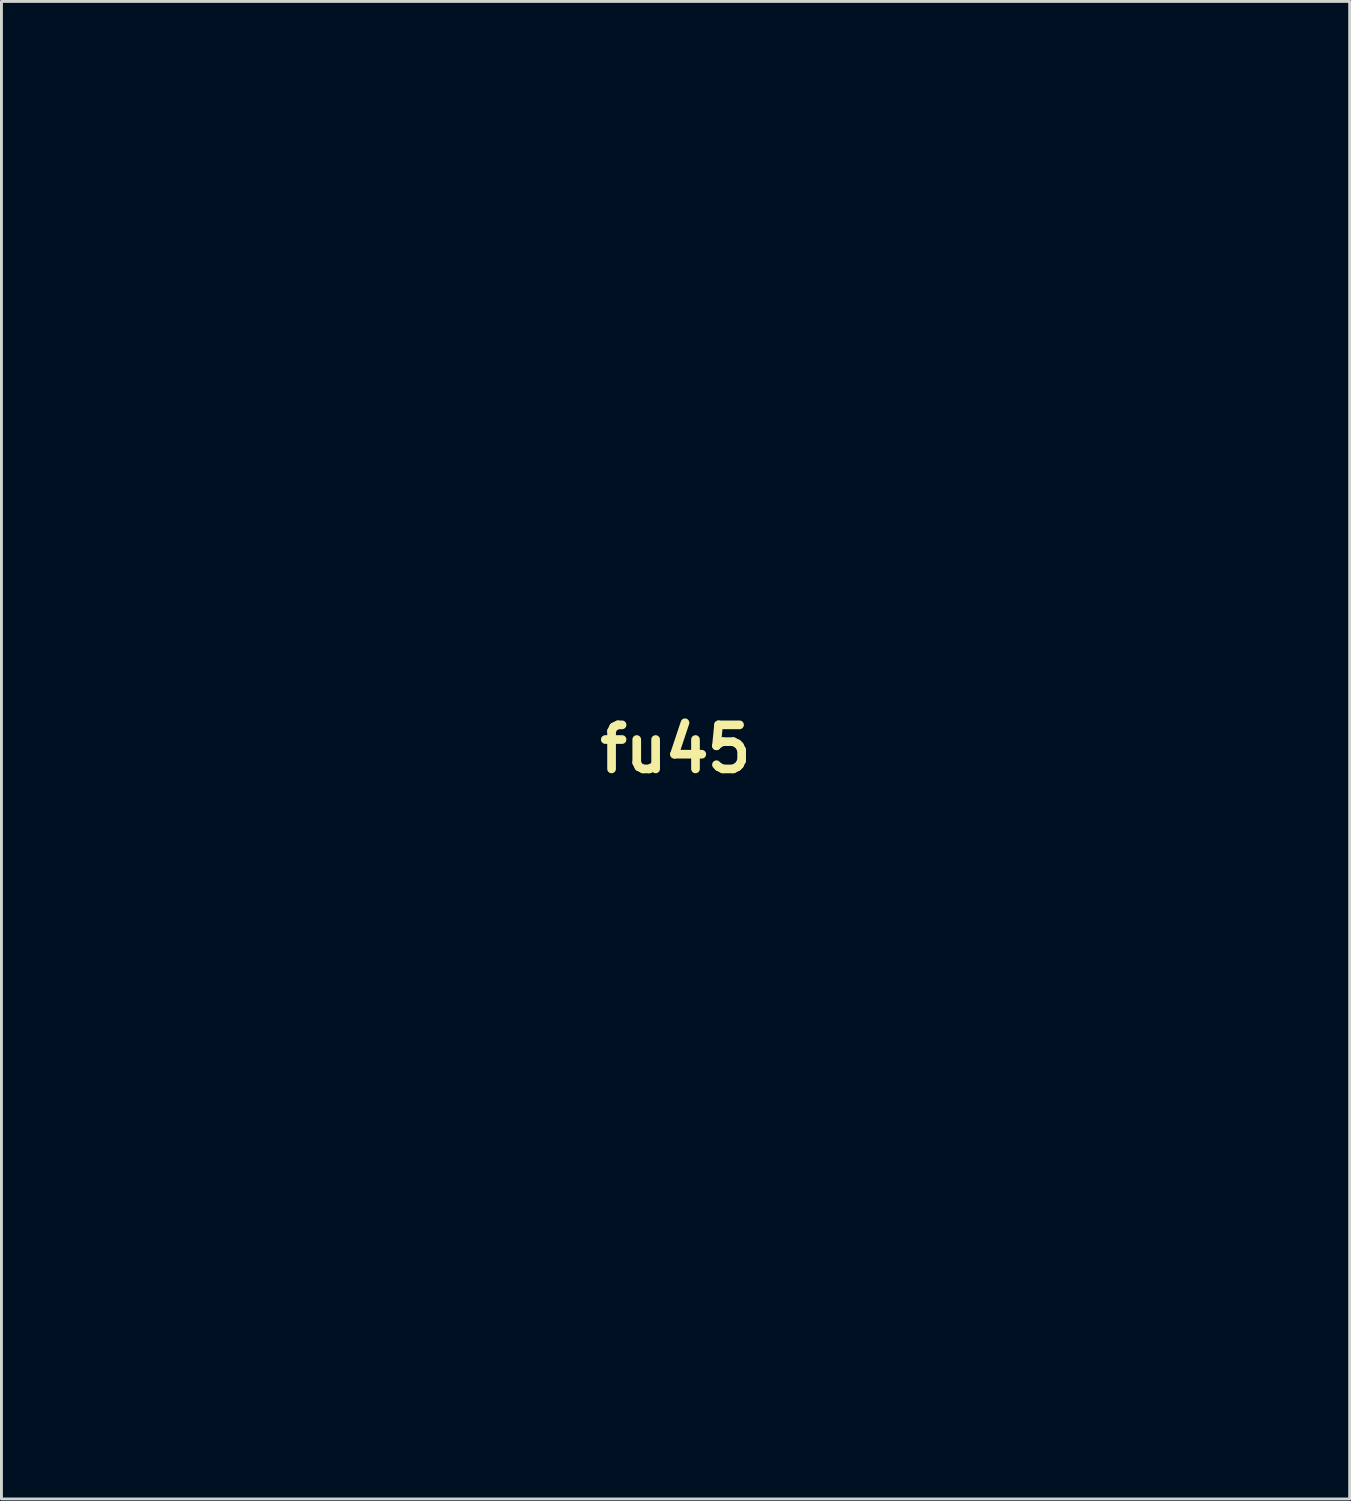
<source format=kicad_pcb>
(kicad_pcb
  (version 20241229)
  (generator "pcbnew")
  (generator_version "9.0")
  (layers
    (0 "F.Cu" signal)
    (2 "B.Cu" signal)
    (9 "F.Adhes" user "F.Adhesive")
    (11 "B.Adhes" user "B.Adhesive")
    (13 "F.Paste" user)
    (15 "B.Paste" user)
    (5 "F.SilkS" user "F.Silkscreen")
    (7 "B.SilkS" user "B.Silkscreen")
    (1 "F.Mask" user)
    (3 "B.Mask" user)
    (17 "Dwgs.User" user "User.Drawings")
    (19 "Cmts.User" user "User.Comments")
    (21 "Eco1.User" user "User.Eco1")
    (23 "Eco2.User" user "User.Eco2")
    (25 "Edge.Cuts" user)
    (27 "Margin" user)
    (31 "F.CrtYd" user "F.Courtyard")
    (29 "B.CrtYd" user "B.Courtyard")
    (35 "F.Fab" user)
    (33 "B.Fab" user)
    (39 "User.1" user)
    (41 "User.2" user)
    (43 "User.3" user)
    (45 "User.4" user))
  (footprint "fu45"
    (layer "F.Cu")
    (at 20.32 22.86)
    (property "Reference" "fu45" (at 0 0 0) (layer "F.SilkS") (effects (font (size 1.524 1.524) (thickness 0.3))))
    (attr through_hole)
    (fp_poly (pts (xy -10.008 1.079) (xy -10.033 1.736) (xy -11.43 1.785) (xy -11.43 7.027) (xy -12.785 7.027) (xy -12.785 1.778) (xy -14.139 1.778) (xy -14.139 0.423) (xy -9.984 0.423)) (stroke (width 0) (type solid)) (fill yes) (layer "F.Mask"))
    (fp_poly (pts (xy -8.231 -7.811) (xy -8.255 -7.07) (xy -12.029 -7.024) (xy -12.005 -6.243) (xy -11.987 -5.86) (xy -11.96 -5.619) (xy -11.918 -5.492) (xy -11.856 -5.45) (xy -11.853 -5.45) (xy -11.732 -5.446) (xy -11.47 -5.441) (xy -11.096 -5.437) (xy -10.638 -5.432) (xy -10.126 -5.429) (xy -10.101 -5.428) (xy -8.476 -5.419) (xy -8.492 -4.678) (xy -8.509 -3.937) (xy -10.266 -3.914) (xy -12.023 -3.891) (xy -12.023 -1.016) (xy -13.885 -1.016) (xy -13.885 -8.551) (xy -8.206 -8.551)) (stroke (width 0) (type solid)) (fill yes) (layer "F.Mask"))
    (fp_poly (pts (xy -3.202 0.441) (xy -2.498 0.466) (xy -2.452 2.963) (xy -2.44 3.595) (xy -2.428 4.17) (xy -2.416 4.666) (xy -2.406 5.063) (xy -2.397 5.339) (xy -2.39 5.474) (xy -2.389 5.483) (xy -2.312 5.538) (xy -2.144 5.644) (xy -2.095 5.674) (xy -1.7 5.82) (xy -1.27 5.817) (xy -1.06 5.758) (xy -0.932 5.696) (xy -0.83 5.608) (xy -0.75 5.474) (xy -0.69 5.277) (xy -0.648 5) (xy -0.619 4.624) (xy -0.603 4.131) (xy -0.595 3.505) (xy -0.593 2.751) (xy -0.593 0.416) (xy 0.106 0.441) (xy 0.804 0.466) (xy 0.8 2.879) (xy 0.799 3.586) (xy 0.795 4.146) (xy 0.788 4.581) (xy 0.776 4.913) (xy 0.757 5.165) (xy 0.731 5.359) (xy 0.695 5.517) (xy 0.649 5.66) (xy 0.607 5.771) (xy 0.316 6.289) (xy -0.089 6.7) (xy -0.586 6.992) (xy -1.152 7.157) (xy -1.761 7.183) (xy -2.373 7.067) (xy -2.85 6.837) (xy -3.271 6.477) (xy -3.593 6.025) (xy -3.65 5.909) (xy -3.708 5.775) (xy -3.754 5.646) (xy -3.789 5.498) (xy -3.816 5.312) (xy -3.836 5.067) (xy -3.851 4.74) (xy -3.861 4.31) (xy -3.87 3.757) (xy -3.878 3.059) (xy -3.879 2.939) (xy -3.906 0.416)) (stroke (width 0) (type solid)) (fill yes) (layer "F.Mask"))
    (fp_poly (pts (xy 10.901 0.512) (xy 11.564 0.518) (xy 12.082 0.537) (xy 12.48 0.572) (xy 12.783 0.627) (xy 13.014 0.706) (xy 13.199 0.813) (xy 13.307 0.902) (xy 13.573 1.248) (xy 13.752 1.702) (xy 13.843 2.226) (xy 13.843 2.781) (xy 13.75 3.328) (xy 13.562 3.83) (xy 13.478 3.979) (xy 13.244 4.293) (xy 12.968 4.519) (xy 12.619 4.672) (xy 12.165 4.764) (xy 11.583 4.81) (xy 10.668 4.848) (xy 10.668 7.027) (xy 10.047 7.027) (xy 9.737 7.02) (xy 9.497 7.001) (xy 9.374 6.974) (xy 9.37 6.971) (xy 9.357 6.876) (xy 9.345 6.631) (xy 9.335 6.255) (xy 9.326 5.765) (xy 9.32 5.182) (xy 9.315 4.524) (xy 9.313 3.809) (xy 9.313 3.711) (xy 9.313 3.659) (xy 10.668 3.659) (xy 11.344 3.628) (xy 11.705 3.604) (xy 11.943 3.563) (xy 12.102 3.495) (xy 12.209 3.408) (xy 12.32 3.259) (xy 12.387 3.054) (xy 12.424 2.745) (xy 12.431 2.64) (xy 12.442 2.32) (xy 12.423 2.111) (xy 12.361 1.959) (xy 12.251 1.815) (xy 12.131 1.691) (xy 12.004 1.614) (xy 11.822 1.571) (xy 11.539 1.546) (xy 11.354 1.537) (xy 10.668 1.506) (xy 10.668 3.659) (xy 9.313 3.659) (xy 9.313 0.508)) (stroke (width 0) (type solid)) (fill yes) (layer "F.Mask"))
    (fp_poly (pts (xy 9.059 -7.057) (xy 9.06 -6.523) (xy 9.064 -6.138) (xy 9.073 -5.881) (xy 9.09 -5.733) (xy 9.117 -5.672) (xy 9.156 -5.678) (xy 9.207 -5.729) (xy 9.307 -5.842) (xy 9.5 -6.059) (xy 9.766 -6.36) (xy 10.086 -6.722) (xy 10.442 -7.123) (xy 10.531 -7.224) (xy 11.707 -8.551) (xy 13.979 -8.551) (xy 12.738 -7.218) (xy 12.37 -6.82) (xy 12.042 -6.46) (xy 11.771 -6.157) (xy 11.574 -5.932) (xy 11.47 -5.804) (xy 11.458 -5.786) (xy 11.476 -5.661) (xy 11.568 -5.459) (xy 11.625 -5.363) (xy 11.765 -5.137) (xy 11.961 -4.813) (xy 12.2 -4.413) (xy 12.468 -3.96) (xy 12.754 -3.476) (xy 13.043 -2.982) (xy 13.323 -2.501) (xy 13.582 -2.055) (xy 13.806 -1.666) (xy 13.982 -1.355) (xy 14.097 -1.146) (xy 14.139 -1.06) (xy 14.139 -1.06) (xy 14.06 -1.043) (xy 13.843 -1.03) (xy 13.522 -1.02) (xy 13.127 -1.016) (xy 13.082 -1.016) (xy 12.026 -1.016) (xy 11.802 -1.456) (xy 11.639 -1.765) (xy 11.469 -2.065) (xy 11.389 -2.197) (xy 11.273 -2.388) (xy 11.099 -2.686) (xy 10.89 -3.052) (xy 10.669 -3.443) (xy 10.667 -3.447) (xy 10.136 -4.396) (xy 9.601 -3.828) (xy 9.067 -3.26) (xy 9.063 -2.138) (xy 9.059 -1.016) (xy 7.366 -1.016) (xy 7.366 -8.551) (xy 9.059 -8.551)) (stroke (width 0) (type solid)) (fill yes) (layer "F.Mask"))
    (fp_poly (pts (xy -5.757 -5.776) (xy -5.757 -4.983) (xy -5.754 -4.341) (xy -5.746 -3.833) (xy -5.73 -3.441) (xy -5.702 -3.147) (xy -5.662 -2.934) (xy -5.605 -2.783) (xy -5.528 -2.677) (xy -5.43 -2.598) (xy -5.307 -2.528) (xy -5.248 -2.497) (xy -4.994 -2.42) (xy -4.644 -2.38) (xy -4.268 -2.379) (xy -3.932 -2.416) (xy -3.73 -2.478) (xy -3.551 -2.62) (xy -3.376 -2.836) (xy -3.349 -2.879) (xy -3.3 -2.97) (xy -3.261 -3.073) (xy -3.231 -3.207) (xy -3.207 -3.392) (xy -3.189 -3.646) (xy -3.175 -3.99) (xy -3.165 -4.443) (xy -3.156 -5.024) (xy -3.147 -5.752) (xy -3.146 -5.863) (xy -3.117 -8.551) (xy -1.27 -8.551) (xy -1.273 -6.202) (xy -1.276 -5.554) (xy -1.284 -4.932) (xy -1.296 -4.364) (xy -1.312 -3.881) (xy -1.33 -3.509) (xy -1.348 -3.287) (xy -1.504 -2.607) (xy -1.784 -2.039) (xy -2.191 -1.579) (xy -2.729 -1.225) (xy -3.4 -0.972) (xy -3.784 -0.883) (xy -4.16 -0.815) (xy -4.44 -0.783) (xy -4.692 -0.783) (xy -4.984 -0.817) (xy -5.246 -0.858) (xy -5.9 -1.032) (xy -6.478 -1.314) (xy -6.954 -1.688) (xy -7.301 -2.137) (xy -7.347 -2.224) (xy -7.443 -2.437) (xy -7.521 -2.663) (xy -7.582 -2.923) (xy -7.629 -3.237) (xy -7.662 -3.625) (xy -7.684 -4.108) (xy -7.698 -4.706) (xy -7.704 -5.439) (xy -7.705 -6.023) (xy -7.705 -8.551) (xy -5.757 -8.551)) (stroke (width 0) (type solid)) (fill yes) (layer "F.Mask"))
    (fp_poly (pts (xy -7.768 0.438) (xy -7.143 0.452) (xy -6.661 0.473) (xy -6.296 0.506) (xy -6.02 0.558) (xy -5.809 0.634) (xy -5.634 0.74) (xy -5.471 0.88) (xy -5.418 0.932) (xy -5.165 1.286) (xy -4.976 1.749) (xy -4.862 2.271) (xy -4.835 2.8) (xy -4.904 3.281) (xy -5.017 3.54) (xy -5.205 3.825) (xy -5.428 4.087) (xy -5.644 4.276) (xy -5.753 4.333) (xy -5.803 4.361) (xy -5.823 4.418) (xy -5.804 4.525) (xy -5.741 4.702) (xy -5.625 4.969) (xy -5.448 5.347) (xy -5.205 5.855) (xy -5.191 5.884) (xy -5.017 6.253) (xy -4.875 6.571) (xy -4.778 6.804) (xy -4.742 6.921) (xy -4.742 6.921) (xy -4.797 6.977) (xy -4.977 7.011) (xy -5.299 7.026) (xy -5.466 7.027) (xy -6.191 7.027) (xy -6.426 6.498) (xy -6.58 6.15) (xy -6.764 5.734) (xy -6.94 5.335) (xy -6.95 5.313) (xy -7.239 4.657) (xy -7.596 4.657) (xy -7.954 4.657) (xy -7.977 5.821) (xy -8.001 6.985) (xy -8.64 7.009) (xy -8.954 7.014) (xy -9.2 7.003) (xy -9.331 6.979) (xy -9.338 6.974) (xy -9.352 6.879) (xy -9.364 6.633) (xy -9.375 6.255) (xy -9.384 5.765) (xy -9.391 5.179) (xy -9.396 4.519) (xy -9.398 3.801) (xy -9.398 3.662) (xy -9.398 3.489) (xy -7.959 3.489) (xy -7.273 3.458) (xy -6.919 3.436) (xy -6.691 3.401) (xy -6.546 3.342) (xy -6.441 3.246) (xy -6.429 3.231) (xy -6.245 2.878) (xy -6.216 2.486) (xy -6.32 2.142) (xy -6.477 1.82) (xy -7.218 1.796) (xy -7.959 1.771) (xy -7.959 3.489) (xy -9.398 3.489) (xy -9.398 0.41)) (stroke (width 0) (type solid)) (fill yes) (layer "F.Mask"))
    (fp_poly (pts (xy 3.423 0.426) (xy 3.706 0.438) (xy 3.878 0.462) (xy 3.969 0.503) (xy 4.009 0.566) (xy 4.011 0.572) (xy 4.061 0.764) (xy 4.142 1.106) (xy 4.257 1.602) (xy 4.405 2.256) (xy 4.573 3.006) (xy 4.674 3.459) (xy 4.767 3.877) (xy 4.844 4.221) (xy 4.896 4.45) (xy 4.904 4.487) (xy 4.959 4.657) (xy 5.006 4.678) (xy 5.017 4.657) (xy 5.053 4.524) (xy 5.119 4.252) (xy 5.21 3.867) (xy 5.319 3.394) (xy 5.439 2.86) (xy 5.567 2.29) (xy 5.694 1.71) (xy 5.769 1.367) (xy 5.862 0.981) (xy 5.953 0.679) (xy 6.033 0.492) (xy 6.072 0.447) (xy 6.202 0.434) (xy 6.457 0.436) (xy 6.793 0.451) (xy 6.987 0.464) (xy 7.789 0.524) (xy 7.789 7.027) (xy 6.689 7.027) (xy 6.681 4.72) (xy 6.678 3.994) (xy 6.672 3.435) (xy 6.66 3.038) (xy 6.639 2.801) (xy 6.606 2.722) (xy 6.559 2.795) (xy 6.493 3.02) (xy 6.407 3.391) (xy 6.296 3.907) (xy 6.226 4.243) (xy 6.125 4.717) (xy 6.015 5.21) (xy 5.913 5.654) (xy 5.856 5.894) (xy 5.77 6.242) (xy 5.695 6.554) (xy 5.643 6.77) (xy 5.638 6.795) (xy 5.602 6.916) (xy 5.536 6.986) (xy 5.4 7.018) (xy 5.153 7.027) (xy 4.991 7.027) (xy 4.625 7.013) (xy 4.419 6.97) (xy 4.368 6.921) (xy 4.339 6.806) (xy 4.279 6.551) (xy 4.192 6.181) (xy 4.085 5.723) (xy 3.965 5.202) (xy 3.835 4.643) (xy 3.704 4.072) (xy 3.576 3.515) (xy 3.457 2.996) (xy 3.449 2.963) (xy 3.247 2.074) (xy 3.286 4.551) (xy 3.326 7.027) (xy 2.032 7.027) (xy 2.032 0.423) (xy 3 0.423)) (stroke (width 0) (type solid)) (fill yes) (layer "F.Mask"))
    (fp_poly (pts (xy 3.776 -8.768) (xy 4.472 -8.625) (xy 5.129 -8.339) (xy 5.721 -7.91) (xy 5.731 -7.902) (xy 5.982 -7.641) (xy 6.204 -7.359) (xy 6.364 -7.098) (xy 6.434 -6.904) (xy 6.434 -6.889) (xy 6.364 -6.807) (xy 6.179 -6.68) (xy 5.922 -6.53) (xy 5.634 -6.379) (xy 5.357 -6.248) (xy 5.133 -6.16) (xy 5.004 -6.135) (xy 4.995 -6.139) (xy 4.914 -6.262) (xy 4.911 -6.295) (xy 4.843 -6.445) (xy 4.669 -6.641) (xy 4.428 -6.849) (xy 4.163 -7.036) (xy 3.915 -7.165) (xy 3.835 -7.192) (xy 3.353 -7.236) (xy 2.892 -7.12) (xy 2.483 -6.855) (xy 2.414 -6.788) (xy 2.177 -6.52) (xy 2.01 -6.261) (xy 1.9 -5.969) (xy 1.835 -5.605) (xy 1.801 -5.129) (xy 1.792 -4.9) (xy 1.784 -4.454) (xy 1.791 -4.133) (xy 1.818 -3.892) (xy 1.871 -3.687) (xy 1.951 -3.482) (xy 2.15 -3.131) (xy 2.419 -2.806) (xy 2.715 -2.551) (xy 2.995 -2.408) (xy 3.007 -2.405) (xy 3.215 -2.381) (xy 3.51 -2.379) (xy 3.7 -2.39) (xy 3.968 -2.422) (xy 4.161 -2.486) (xy 4.339 -2.614) (xy 4.565 -2.838) (xy 4.571 -2.844) (xy 4.778 -3.073) (xy 4.935 -3.265) (xy 5.006 -3.377) (xy 5.065 -3.415) (xy 5.209 -3.381) (xy 5.459 -3.269) (xy 5.719 -3.134) (xy 6.025 -2.968) (xy 6.273 -2.829) (xy 6.427 -2.738) (xy 6.455 -2.718) (xy 6.448 -2.619) (xy 6.353 -2.434) (xy 6.197 -2.199) (xy 6.005 -1.953) (xy 5.804 -1.732) (xy 5.657 -1.599) (xy 5 -1.193) (xy 4.248 -0.924) (xy 4.076 -0.884) (xy 3.685 -0.809) (xy 3.382 -0.779) (xy 3.092 -0.793) (xy 2.742 -0.852) (xy 2.561 -0.89) (xy 1.841 -1.126) (xy 1.222 -1.497) (xy 0.71 -1.996) (xy 0.312 -2.618) (xy 0.255 -2.738) (xy -0.022 -3.533) (xy -0.158 -4.35) (xy -0.158 -5.166) (xy -0.024 -5.955) (xy 0.238 -6.695) (xy 0.625 -7.36) (xy 1.122 -7.915) (xy 1.714 -8.343) (xy 2.371 -8.627) (xy 3.067 -8.769)) (stroke (width 0) (type solid)) (fill yes) (layer "F.Mask"))
    (fp_poly (pts (xy 20.32 22.945) (xy -20.32 22.945) (xy -20.32 11.522) (xy -7.221 11.522) (xy -6.679 11.912) (xy -6.421 12.098) (xy -6.221 12.243) (xy -6.115 12.321) (xy -6.108 12.327) (xy -6.117 12.413) (xy -6.171 12.615) (xy -6.256 12.881) (xy -6.377 13.277) (xy -6.43 13.543) (xy -6.415 13.672) (xy -6.33 13.654) (xy -6.329 13.653) (xy -6.207 13.559) (xy -6 13.402) (xy -5.814 13.262) (xy -5.584 13.098) (xy -5.401 12.986) (xy -5.321 12.954) (xy -5.217 13.003) (xy -5.021 13.131) (xy -4.771 13.312) (xy -4.73 13.344) (xy -4.483 13.525) (xy -4.292 13.651) (xy -4.192 13.699) (xy -4.186 13.697) (xy -4.194 13.605) (xy -4.248 13.395) (xy -4.337 13.109) (xy -4.361 13.038) (xy -4.46 12.741) (xy -4.535 12.515) (xy -4.571 12.398) (xy -4.572 12.392) (xy -4.509 12.333) (xy -4.343 12.198) (xy -4.103 12.013) (xy -4.009 11.941) (xy -3.502 11.557) (xy -1.651 11.557) (xy -1.123 11.938) (xy -0.873 12.123) (xy -0.716 12.273) (xy -0.645 12.427) (xy -0.65 12.626) (xy -0.726 12.908) (xy -0.856 13.29) (xy -0.942 13.542) (xy -1 13.719) (xy -1.016 13.774) (xy -0.954 13.737) (xy -0.788 13.62) (xy -0.549 13.446) (xy -0.454 13.374) (xy -0.185 13.181) (xy 0.035 13.034) (xy 0.171 12.959) (xy 0.189 12.954) (xy 0.291 13.002) (xy 0.487 13.129) (xy 0.737 13.309) (xy 0.778 13.341) (xy 1.027 13.52) (xy 1.221 13.641) (xy 1.326 13.684) (xy 1.333 13.681) (xy 1.334 13.581) (xy 1.285 13.382) (xy 1.248 13.273) (xy 1.107 12.884) (xy 1.021 12.619) (xy 1 12.439) (xy 1.048 12.306) (xy 1.174 12.182) (xy 1.384 12.029) (xy 1.487 11.955) (xy 2.037 11.557) (xy 3.855 11.557) (xy 4.414 11.956) (xy 4.974 12.355) (xy 4.773 12.969) (xy 4.657 13.334) (xy 4.592 13.563) (xy 4.574 13.683) (xy 4.595 13.716) (xy 4.668 13.669) (xy 4.842 13.545) (xy 5.08 13.369) (xy 5.124 13.336) (xy 5.377 13.152) (xy 5.58 13.017) (xy 5.693 12.956) (xy 5.7 12.955) (xy 5.797 13.001) (xy 5.993 13.122) (xy 6.249 13.297) (xy 6.314 13.342) (xy 6.566 13.515) (xy 6.756 13.629) (xy 6.852 13.666) (xy 6.857 13.66) (xy 6.833 13.548) (xy 6.77 13.324) (xy 6.688 13.052) (xy 6.601 12.761) (xy 6.54 12.528) (xy 6.519 12.408) (xy 6.584 12.311) (xy 6.756 12.153) (xy 7 11.964) (xy 7.048 11.929) (xy 7.578 11.557) (xy 6.943 11.532) (xy 6.624 11.509) (xy 6.371 11.472) (xy 6.231 11.428) (xy 6.223 11.422) (xy 6.158 11.306) (xy 6.06 11.074) (xy 5.948 10.77) (xy 5.919 10.686) (xy 5.7 10.033) (xy 5.505 10.689) (xy 5.402 11.006) (xy 5.303 11.262) (xy 5.226 11.411) (xy 5.212 11.426) (xy 5.084 11.468) (xy 4.838 11.506) (xy 4.523 11.53) (xy 4.485 11.532) (xy 3.855 11.557) (xy 2.037 11.557) (xy 1.342 11.515) (xy 0.647 11.472) (xy 0.445 10.807) (xy 0.347 10.51) (xy 0.26 10.296) (xy 0.198 10.2) (xy 0.185 10.2) (xy 0.131 10.304) (xy 0.041 10.523) (xy -0.067 10.815) (xy -0.085 10.865) (xy -0.296 11.472) (xy -0.974 11.515) (xy -1.651 11.557) (xy -3.502 11.557) (xy -3.446 11.515) (xy -4.073 11.513) (xy -4.394 11.504) (xy -4.655 11.479) (xy -4.805 11.444) (xy -4.812 11.441) (xy -4.887 11.33) (xy -4.986 11.1) (xy -5.092 10.794) (xy -5.12 10.701) (xy -5.218 10.399) (xy -5.301 10.207) (xy -5.357 10.147) (xy -5.367 10.16) (xy -5.417 10.3) (xy -5.501 10.55) (xy -5.601 10.856) (xy -5.609 10.88) (xy -5.8 11.472) (xy -7.221 11.522) (xy -20.32 11.522) (xy -20.32 -1.466) (xy -18.667 -1.466) (xy -18.667 -0.753) (xy -18.655 -0.06) (xy -18.632 0.575) (xy -18.597 1.114) (xy -18.556 1.482) (xy -18.332 2.691) (xy -18.019 3.936) (xy -17.633 5.166) (xy -17.19 6.33) (xy -16.706 7.378) (xy -16.701 7.387) (xy -16.32 8.128) (xy -0.095 8.127) (xy 16.129 8.126) (xy 16.479 7.471) (xy 16.835 6.739) (xy 17.19 5.892) (xy 17.525 4.982) (xy 17.821 4.064) (xy 18.059 3.189) (xy 18.158 2.752) (xy 18.373 1.417) (xy 18.491 0.01) (xy 18.515 -1.43) (xy 18.445 -2.863) (xy 18.283 -4.251) (xy 18.029 -5.553) (xy 17.867 -6.164) (xy 17.668 -6.801) (xy 17.431 -7.476) (xy 17.176 -8.145) (xy 16.918 -8.764) (xy 16.674 -9.291) (xy 16.541 -9.546) (xy 16.248 -10.075) (xy -0.11 -10.075) (xy -16.468 -10.074) (xy -16.909 -9.165) (xy -17.551 -7.66) (xy -18.067 -6.061) (xy -18.448 -4.395) (xy -18.554 -3.768) (xy -18.599 -3.351) (xy -18.633 -2.803) (xy -18.656 -2.163) (xy -18.667 -1.466) (xy -20.32 -1.466) (xy -20.32 -14.436) (xy -7.239 -14.436) (xy -6.731 -14.064) (xy -6.476 -13.876) (xy -6.275 -13.726) (xy -6.167 -13.643) (xy -6.162 -13.639) (xy -6.158 -13.539) (xy -6.199 -13.322) (xy -6.279 -13.029) (xy -6.303 -12.953) (xy -6.394 -12.652) (xy -6.456 -12.42) (xy -6.478 -12.299) (xy -6.477 -12.291) (xy -6.38 -12.304) (xy -6.188 -12.407) (xy -5.934 -12.58) (xy -5.701 -12.76) (xy -5.348 -13.048) (xy -4.769 -12.623) (xy -4.506 -12.438) (xy -4.299 -12.312) (xy -4.182 -12.261) (xy -4.167 -12.267) (xy -4.183 -12.374) (xy -4.245 -12.596) (xy -4.343 -12.888) (xy -4.364 -12.949) (xy -4.466 -13.242) (xy -4.535 -13.467) (xy -4.559 -13.582) (xy -4.557 -13.588) (xy -4.481 -13.648) (xy -4.303 -13.783) (xy -4.058 -13.967) (xy -3.979 -14.026) (xy -3.429 -14.436) (xy -1.736 -14.436) (xy -1.164 -14.026) (xy -0.902 -13.832) (xy -0.703 -13.673) (xy -0.601 -13.575) (xy -0.593 -13.56) (xy -0.618 -13.452) (xy -0.681 -13.234) (xy -0.765 -12.959) (xy -0.855 -12.678) (xy -0.935 -12.442) (xy -0.977 -12.33) (xy -1.012 -12.229) (xy -0.973 -12.221) (xy -0.829 -12.306) (xy -0.796 -12.327) (xy -0.582 -12.471) (xy -0.313 -12.661) (xy -0.18 -12.76) (xy 0.191 -13.037) (xy 0.413 -12.866) (xy 0.772 -12.598) (xy 1.061 -12.397) (xy 1.26 -12.276) (xy 1.351 -12.246) (xy 1.355 -12.254) (xy 1.33 -12.364) (xy 1.264 -12.589) (xy 1.171 -12.884) (xy 1.153 -12.94) (xy 0.952 -13.556) (xy 1.247 -13.784) (xy 1.508 -13.987) (xy 1.766 -14.193) (xy 1.805 -14.224) (xy 2.036 -14.411) (xy 3.896 -14.411) (xy 3.96 -14.336) (xy 4.128 -14.192) (xy 4.366 -14.009) (xy 4.404 -13.982) (xy 4.65 -13.789) (xy 4.83 -13.623) (xy 4.91 -13.516) (xy 4.911 -13.508) (xy 4.885 -13.377) (xy 4.817 -13.142) (xy 4.741 -12.912) (xy 4.634 -12.588) (xy 4.583 -12.393) (xy 4.582 -12.299) (xy 4.62 -12.277) (xy 4.708 -12.322) (xy 4.895 -12.444) (xy 5.144 -12.616) (xy 5.198 -12.654) (xy 5.727 -13.032) (xy 6.229 -12.655) (xy 6.546 -12.422) (xy 6.744 -12.302) (xy 6.837 -12.302) (xy 6.838 -12.43) (xy 6.763 -12.693) (xy 6.689 -12.912) (xy 6.599 -13.19) (xy 6.537 -13.411) (xy 6.519 -13.51) (xy 6.584 -13.609) (xy 6.753 -13.77) (xy 6.993 -13.96) (xy 7.025 -13.984) (xy 7.27 -14.17) (xy 7.451 -14.321) (xy 7.531 -14.409) (xy 7.533 -14.415) (xy 7.456 -14.444) (xy 7.25 -14.466) (xy 6.955 -14.477) (xy 6.865 -14.478) (xy 6.195 -14.478) (xy 5.967 -15.161) (xy 5.859 -15.462) (xy 5.765 -15.682) (xy 5.701 -15.787) (xy 5.686 -15.79) (xy 5.638 -15.687) (xy 5.559 -15.467) (xy 5.466 -15.173) (xy 5.453 -15.128) (xy 5.274 -14.52) (xy 4.584 -14.496) (xy 4.267 -14.478) (xy 4.027 -14.451) (xy 3.904 -14.421) (xy 3.896 -14.411) (xy 2.036 -14.411) (xy 2.066 -14.436) (xy 1.35 -14.478) (xy 0.635 -14.52) (xy 0.413 -15.198) (xy 0.308 -15.509) (xy 0.229 -15.691) (xy 0.162 -15.738) (xy 0.092 -15.642) (xy 0.004 -15.398) (xy -0.115 -14.997) (xy -0.129 -14.95) (xy -0.264 -14.484) (xy -1.736 -14.436) (xy -3.429 -14.436) (xy -4.891 -14.484) (xy -5.085 -15.154) (xy -5.18 -15.456) (xy -5.267 -15.677) (xy -5.329 -15.782) (xy -5.342 -15.785) (xy -5.395 -15.691) (xy -5.477 -15.476) (xy -5.573 -15.182) (xy -5.593 -15.115) (xy -5.78 -14.484) (xy -6.51 -14.46) (xy -7.239 -14.436) (xy -20.32 -14.436) (xy -20.32 -22.86) (xy 20.32 -22.86)) (stroke (width 0) (type solid)) (fill yes) (layer "F.Mask")))
  (gr_rect
    (start -3 -3)
    (end 43.64 48.805)
    (stroke (width 0.1) (type default))
    (fill no)
    (layer "Edge.Cuts")))
</source>
